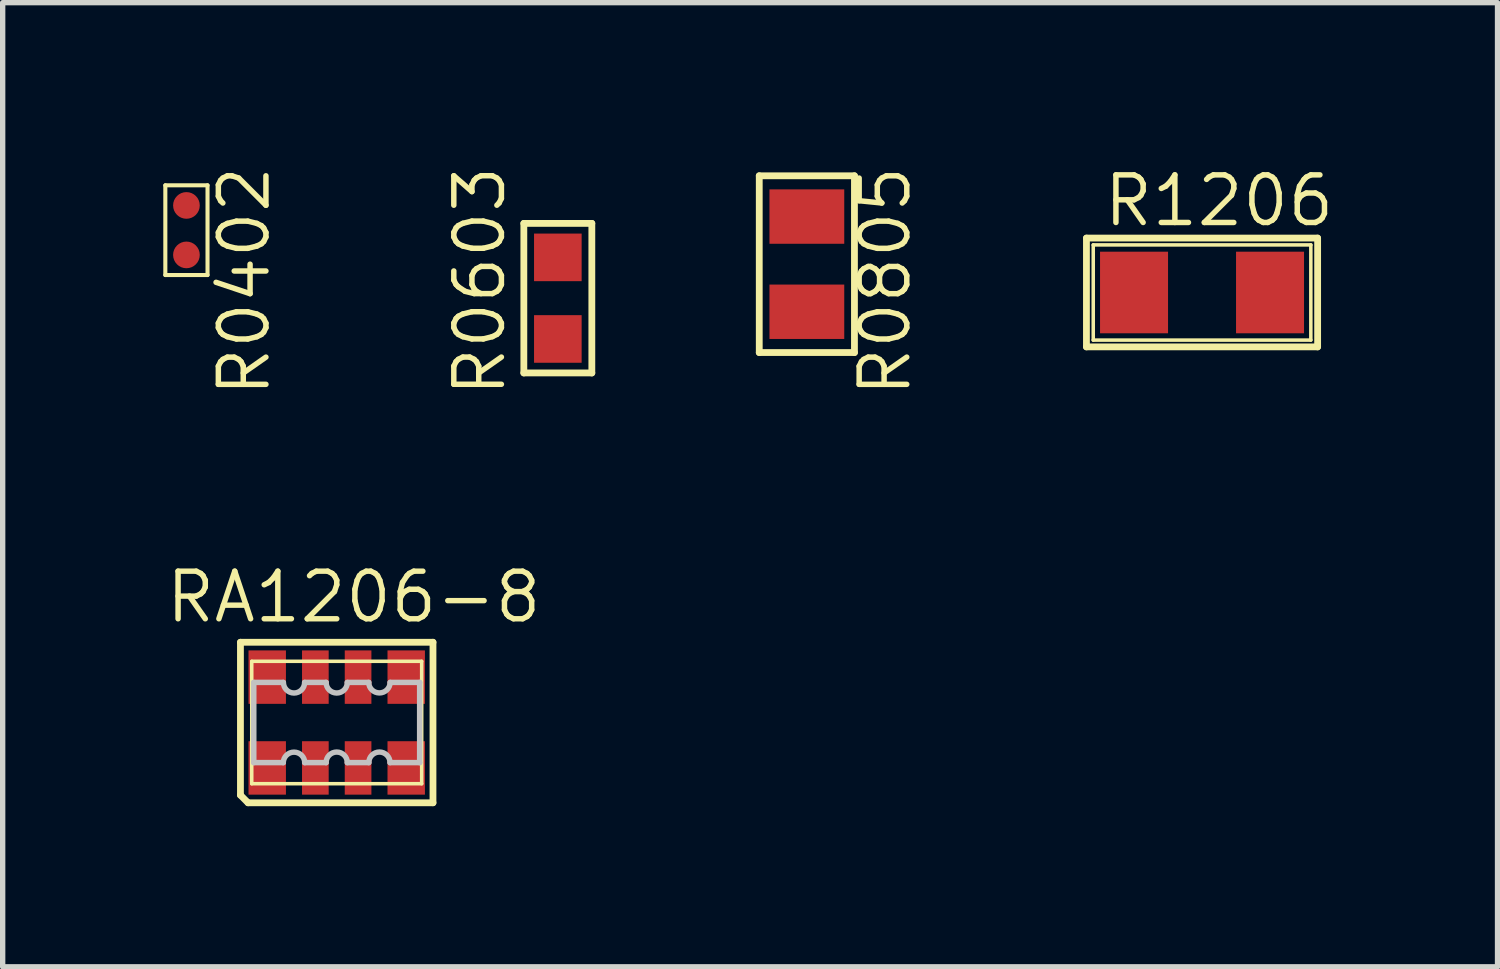
<source format=kicad_pcb>
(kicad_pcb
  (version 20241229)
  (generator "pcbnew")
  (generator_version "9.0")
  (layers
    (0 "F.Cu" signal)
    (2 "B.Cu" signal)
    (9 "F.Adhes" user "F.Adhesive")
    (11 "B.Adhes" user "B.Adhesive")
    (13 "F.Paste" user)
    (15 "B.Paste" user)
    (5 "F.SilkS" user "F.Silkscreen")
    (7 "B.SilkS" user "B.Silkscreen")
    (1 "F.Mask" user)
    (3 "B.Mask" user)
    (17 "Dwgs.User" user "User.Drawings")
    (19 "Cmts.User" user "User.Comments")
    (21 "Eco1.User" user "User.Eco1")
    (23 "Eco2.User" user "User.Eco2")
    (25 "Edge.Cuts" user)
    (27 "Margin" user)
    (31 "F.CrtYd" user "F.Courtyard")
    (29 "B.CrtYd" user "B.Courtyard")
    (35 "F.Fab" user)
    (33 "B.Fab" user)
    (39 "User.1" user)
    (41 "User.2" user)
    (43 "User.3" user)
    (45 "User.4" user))
  (footprint "R0805"
    (layer "F.Cu")
    (at 12.02 1.884)
    (property "Reference" "R0805" (at 1.46 0.318 270) (layer "F.SilkS") (effects (font (size 0.889 0.889) (thickness 0.102))))
    (attr smd)
    (fp_line (start -0.889 -1.651) (end 0.889 -1.651) (stroke (width 0.127) (type solid)) (layer "F.SilkS"))
    (fp_line (start -0.889 1.651) (end -0.889 -1.651) (stroke (width 0.127) (type solid)) (layer "F.SilkS"))
    (fp_line (start 0.889 -1.651) (end 0.889 1.651) (stroke (width 0.127) (type solid)) (layer "F.SilkS"))
    (fp_line (start 0.889 1.651) (end -0.889 1.651) (stroke (width 0.127) (type solid)) (layer "F.SilkS"))
    (pad "1" smd rect (at 0 -0.889 270) (size 1.016 1.397) (layers "F.Cu" "F.Mask" "F.Paste"))
    (pad "2" smd rect (at 0 0.889 270) (size 1.016 1.397) (layers "F.Cu" "F.Mask" "F.Paste")))
  (footprint "RA1206-8"
    (layer "F.Cu")
    (at 3.239 10.445)
    (property "Reference" "RA1206-8" (at 0.318 -2.344 0) (layer "F.SilkS") (effects (font (size 0.889 0.889) (thickness 0.102))))
    (attr smd)
    (fp_line (start -1.798 -1.499) (end 1.798 -1.499) (stroke (width 0.127) (type solid)) (layer "F.SilkS"))
    (fp_line (start -1.798 1.356) (end -1.798 -1.499) (stroke (width 0.127) (type solid)) (layer "F.SilkS"))
    (fp_line (start -1.656 1.499) (end -1.798 1.356) (stroke (width 0.127) (type solid)) (layer "F.SilkS"))
    (fp_line (start -1.587 -1.143) (end 1.587 -1.143) (stroke (width 0.066) (type solid)) (layer "F.SilkS"))
    (fp_line (start -1.587 1.143) (end -1.587 -1.143) (stroke (width 0.066) (type solid)) (layer "F.SilkS"))
    (fp_line (start -1.587 1.143) (end 1.587 1.143) (stroke (width 0.066) (type solid)) (layer "F.SilkS"))
    (fp_line (start 1.587 1.143) (end 1.587 -1.143) (stroke (width 0.066) (type solid)) (layer "F.SilkS"))
    (fp_line (start 1.798 -1.499) (end 1.798 1.499) (stroke (width 0.127) (type solid)) (layer "F.SilkS"))
    (fp_line (start 1.798 1.499) (end -1.656 1.499) (stroke (width 0.127) (type solid)) (layer "F.SilkS"))
    (fp_line (start -1.549 -0.749) (end -0.998 -0.749) (stroke (width 0.102) (type solid)) (layer "Dwgs.User"))
    (fp_line (start -1.549 0.749) (end -1.549 -0.749) (stroke (width 0.102) (type solid)) (layer "Dwgs.User"))
    (fp_line (start -0.998 0.749) (end -1.549 0.749) (stroke (width 0.102) (type solid)) (layer "Dwgs.User"))
    (fp_line (start -0.599 -0.749) (end -0.198 -0.749) (stroke (width 0.102) (type solid)) (layer "Dwgs.User"))
    (fp_line (start -0.198 0.749) (end -0.599 0.749) (stroke (width 0.102) (type solid)) (layer "Dwgs.User"))
    (fp_line (start 0.198 -0.749) (end 0.599 -0.749) (stroke (width 0.102) (type solid)) (layer "Dwgs.User"))
    (fp_line (start 0.599 0.749) (end 0.198 0.749) (stroke (width 0.102) (type solid)) (layer "Dwgs.User"))
    (fp_line (start 0.998 -0.749) (end 1.549 -0.749) (stroke (width 0.102) (type solid)) (layer "Dwgs.User"))
    (fp_line (start 1.549 -0.749) (end 1.549 0.749) (stroke (width 0.102) (type solid)) (layer "Dwgs.User"))
    (fp_line (start 1.549 0.749) (end 0.998 0.749) (stroke (width 0.102) (type solid)) (layer "Dwgs.User"))
    (fp_arc (start -0.99822 0.7493) (mid -0.79756 0.54864) (end -0.5969 0.7493) (stroke (width 0.1016) (type solid)) (layer "Dwgs.User"))
    (fp_arc (start -0.59944 -0.7493) (mid -0.79756 -0.55118) (end -0.99568 -0.7493) (stroke (width 0.1016) (type solid)) (layer "Dwgs.User"))
    (fp_arc (start -0.19812 0.7493) (mid 0 0.55118) (end 0.19812 0.7493) (stroke (width 0.1016) (type solid)) (layer "Dwgs.User"))
    (fp_arc (start 0.19812 -0.7493) (mid 0 -0.55118) (end -0.19812 -0.7493) (stroke (width 0.1016) (type solid)) (layer "Dwgs.User"))
    (fp_arc (start 0.59944 0.7493) (mid 0.79756 0.55118) (end 0.99568 0.7493) (stroke (width 0.1016) (type solid)) (layer "Dwgs.User"))
    (fp_arc (start 0.99822 -0.7493) (mid 0.79756 -0.54864) (end 0.5969 -0.7493) (stroke (width 0.1016) (type solid)) (layer "Dwgs.User"))
    (pad "1" smd rect (at -1.298 0.848) (size 0.699 0.998) (layers "F.Cu" "F.Mask" "F.Paste"))
    (pad "2" smd rect (at -0.399 0.848) (size 0.498 0.998) (layers "F.Cu" "F.Mask" "F.Paste"))
    (pad "3" smd rect (at 0.399 0.848) (size 0.498 0.998) (layers "F.Cu" "F.Mask" "F.Paste"))
    (pad "4" smd rect (at 1.298 0.848) (size 0.699 0.998) (layers "F.Cu" "F.Mask" "F.Paste"))
    (pad "5" smd rect (at 1.298 -0.848) (size 0.699 0.998) (layers "F.Cu" "F.Mask" "F.Paste"))
    (pad "6" smd rect (at 0.399 -0.848) (size 0.498 0.998) (layers "F.Cu" "F.Mask" "F.Paste"))
    (pad "7" smd rect (at -0.399 -0.848) (size 0.498 0.998) (layers "F.Cu" "F.Mask" "F.Paste"))
    (pad "8" smd rect (at -1.298 -0.848) (size 0.699 0.998) (layers "F.Cu" "F.Mask" "F.Paste")))
  (footprint "R0603"
    (layer "F.Cu")
    (at 7.369 2.519)
    (property "Reference" "R0603" (at -1.46 -0.318 90) (layer "F.SilkS") (effects (font (size 0.889 0.889) (thickness 0.102))))
    (attr smd)
    (fp_line (start -0.635 -1.397) (end 0.635 -1.397) (stroke (width 0.127) (type solid)) (layer "F.SilkS"))
    (fp_line (start -0.635 1.397) (end -0.635 -1.397) (stroke (width 0.127) (type solid)) (layer "F.SilkS"))
    (fp_line (start 0.635 -1.397) (end 0.635 1.397) (stroke (width 0.127) (type solid)) (layer "F.SilkS"))
    (fp_line (start 0.635 1.397) (end -0.635 1.397) (stroke (width 0.127) (type solid)) (layer "F.SilkS"))
    (pad "1" smd rect (at 0 -0.762 270) (size 0.889 0.889) (layers "F.Cu" "F.Mask" "F.Paste"))
    (pad "2" smd rect (at 0 0.762 270) (size 0.889 0.889) (layers "F.Cu" "F.Mask" "F.Paste")))
  (footprint "R1206"
    (layer "F.Cu")
    (at 19.401 2.413)
    (property "Reference" "R1206" (at 0.318 -1.714 0) (layer "F.SilkS") (effects (font (size 0.889 0.889) (thickness 0.102))))
    (attr smd)
    (fp_line (start -2.159 -1.016) (end 2.159 -1.016) (stroke (width 0.127) (type solid)) (layer "F.SilkS"))
    (fp_line (start -2.159 1.016) (end -2.159 -1.016) (stroke (width 0.127) (type solid)) (layer "F.SilkS"))
    (fp_line (start -2.032 -0.889) (end 2.032 -0.889) (stroke (width 0.066) (type solid)) (layer "F.SilkS"))
    (fp_line (start -2.032 0.889) (end -2.032 -0.889) (stroke (width 0.066) (type solid)) (layer "F.SilkS"))
    (fp_line (start -2.032 0.889) (end 2.032 0.889) (stroke (width 0.066) (type solid)) (layer "F.SilkS"))
    (fp_line (start 2.032 0.889) (end 2.032 -0.889) (stroke (width 0.066) (type solid)) (layer "F.SilkS"))
    (fp_line (start 2.159 -1.016) (end 2.159 1.016) (stroke (width 0.127) (type solid)) (layer "F.SilkS"))
    (fp_line (start 2.159 1.016) (end -2.159 1.016) (stroke (width 0.127) (type solid)) (layer "F.SilkS"))
    (pad "1" smd rect (at -1.27 0) (size 1.27 1.524) (layers "F.Cu" "F.Mask" "F.Paste"))
    (pad "2" smd rect (at 1.27 0) (size 1.27 1.524) (layers "F.Cu" "F.Mask" "F.Paste")))
  (footprint "R0402"
    (layer "F.Cu")
    (at 0.432 1.249)
    (property "Reference" "R0402" (at 1.079 0.953 270) (layer "F.SilkS") (effects (font (size 0.889 0.889) (thickness 0.102))))
    (attr smd)
    (fp_line (start -0.394 -0.838) (end 0.394 -0.838) (stroke (width 0.076) (type solid)) (layer "F.SilkS"))
    (fp_line (start -0.394 0.838) (end -0.394 -0.838) (stroke (width 0.076) (type solid)) (layer "F.SilkS"))
    (fp_line (start 0.394 -0.838) (end 0.394 0.838) (stroke (width 0.076) (type solid)) (layer "F.SilkS"))
    (fp_line (start 0.394 0.838) (end -0.394 0.838) (stroke (width 0.076) (type solid)) (layer "F.SilkS"))
    (pad "1" smd circle (at 0 -0.462 270) (size 0.498 0.498) (layers "F.Cu" "F.Mask" "F.Paste"))
    (pad "2" smd circle (at 0 0.462 270) (size 0.498 0.498) (layers "F.Cu" "F.Mask" "F.Paste")))
  (gr_rect
    (start -3 -3)
    (end 24.92 15.008)
    (stroke (width 0.1) (type default))
    (fill no)
    (layer "Edge.Cuts")))
</source>
